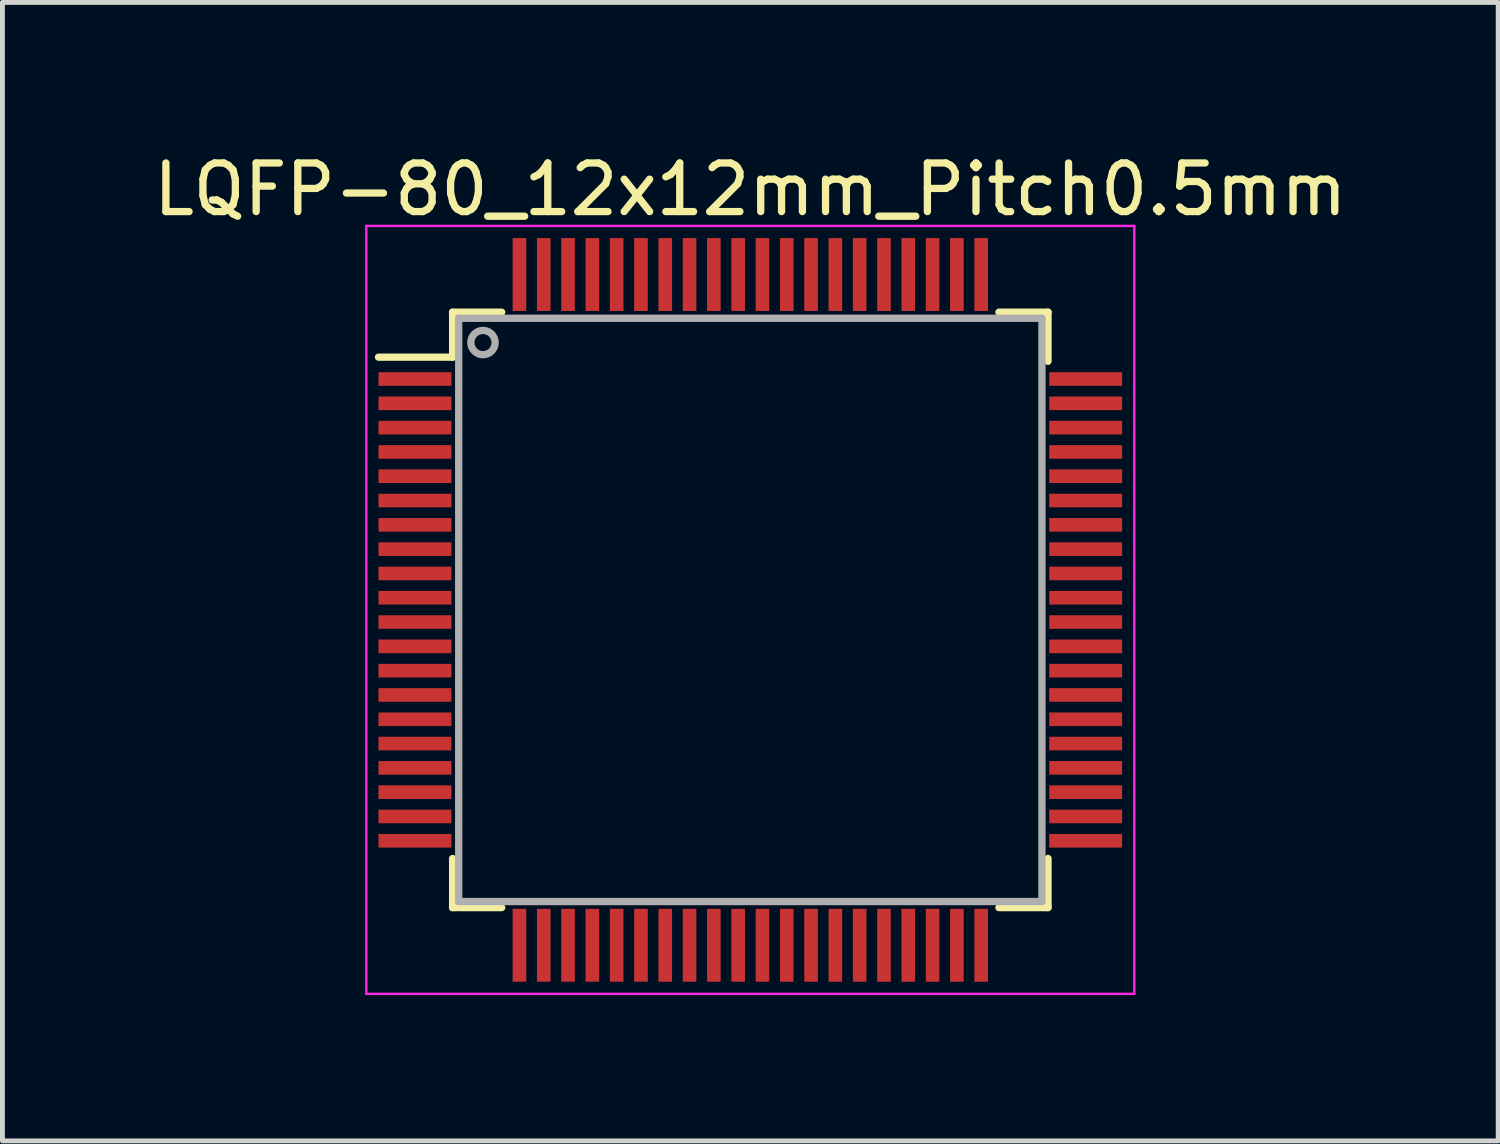
<source format=kicad_pcb>
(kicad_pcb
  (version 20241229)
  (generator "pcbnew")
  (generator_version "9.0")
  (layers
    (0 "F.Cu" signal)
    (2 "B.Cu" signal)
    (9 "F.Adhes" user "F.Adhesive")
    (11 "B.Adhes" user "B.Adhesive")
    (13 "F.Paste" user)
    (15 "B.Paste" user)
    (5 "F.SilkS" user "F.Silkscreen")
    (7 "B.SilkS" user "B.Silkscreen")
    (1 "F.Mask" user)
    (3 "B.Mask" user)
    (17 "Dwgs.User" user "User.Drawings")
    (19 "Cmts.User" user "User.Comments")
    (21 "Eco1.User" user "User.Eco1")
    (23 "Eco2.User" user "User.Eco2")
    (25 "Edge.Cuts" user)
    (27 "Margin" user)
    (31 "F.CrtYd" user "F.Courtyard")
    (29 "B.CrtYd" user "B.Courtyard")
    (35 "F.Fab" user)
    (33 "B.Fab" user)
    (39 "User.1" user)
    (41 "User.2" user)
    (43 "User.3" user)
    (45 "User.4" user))
  (footprint "LQFP-80_12x12mm_Pitch0.5mm"
    (layer "F.Cu")
    (at 12.387 9.498)
    (property "Reference" "LQFP-80_12x12mm_Pitch0.5mm" (at 0 -8.65 0) (layer "F.SilkS") (effects (font (size 1 1) (thickness 0.15))))
    (attr smd)
    (fp_line (start -6.125 -6.125) (end -6.125 -5.2) (stroke (width 0.15) (type solid)) (layer "F.SilkS"))
    (fp_line (start -6.125 -6.125) (end -5.115 -6.125) (stroke (width 0.15) (type solid)) (layer "F.SilkS"))
    (fp_line (start -6.125 -5.2) (end -7.65 -5.2) (stroke (width 0.15) (type solid)) (layer "F.SilkS"))
    (fp_line (start -6.125 6.125) (end -6.125 5.115) (stroke (width 0.15) (type solid)) (layer "F.SilkS"))
    (fp_line (start -6.125 6.125) (end -5.115 6.125) (stroke (width 0.15) (type solid)) (layer "F.SilkS"))
    (fp_line (start 6.125 -6.125) (end 5.115 -6.125) (stroke (width 0.15) (type solid)) (layer "F.SilkS"))
    (fp_line (start 6.125 -6.125) (end 6.125 -5.115) (stroke (width 0.15) (type solid)) (layer "F.SilkS"))
    (fp_line (start 6.125 6.125) (end 5.115 6.125) (stroke (width 0.15) (type solid)) (layer "F.SilkS"))
    (fp_line (start 6.125 6.125) (end 6.125 5.115) (stroke (width 0.15) (type solid)) (layer "F.SilkS"))
    (fp_line (start -7.9 -7.9) (end -7.9 7.9) (stroke (width 0.05) (type solid)) (layer "F.CrtYd"))
    (fp_line (start -7.9 -7.9) (end 7.9 -7.9) (stroke (width 0.05) (type solid)) (layer "F.CrtYd"))
    (fp_line (start -7.9 7.9) (end 7.9 7.9) (stroke (width 0.05) (type solid)) (layer "F.CrtYd"))
    (fp_line (start 7.9 -7.9) (end 7.9 7.9) (stroke (width 0.05) (type solid)) (layer "F.CrtYd"))
    (fp_line (start -6 -6) (end 6 -6) (stroke (width 0.15) (type solid)) (layer "F.Fab"))
    (fp_line (start -6 6) (end -6 -6) (stroke (width 0.15) (type solid)) (layer "F.Fab"))
    (fp_line (start 6 -6) (end 6 6) (stroke (width 0.15) (type solid)) (layer "F.Fab"))
    (fp_line (start 6 6) (end -6 6) (stroke (width 0.15) (type solid)) (layer "F.Fab"))
    (fp_circle (center -5.5 -5.5) (end -5.75 -5.5) (stroke (width 0.15) (type solid)) (fill no) (layer "F.Fab"))
    (pad "1" smd rect (at -6.9 -4.75) (size 1.5 0.28) (layers "F.Cu" "F.Mask" "F.Paste"))
    (pad "2" smd rect (at -6.9 -4.25) (size 1.5 0.28) (layers "F.Cu" "F.Mask" "F.Paste"))
    (pad "3" smd rect (at -6.9 -3.75) (size 1.5 0.28) (layers "F.Cu" "F.Mask" "F.Paste"))
    (pad "4" smd rect (at -6.9 -3.25) (size 1.5 0.28) (layers "F.Cu" "F.Mask" "F.Paste"))
    (pad "5" smd rect (at -6.9 -2.75) (size 1.5 0.28) (layers "F.Cu" "F.Mask" "F.Paste"))
    (pad "6" smd rect (at -6.9 -2.25) (size 1.5 0.28) (layers "F.Cu" "F.Mask" "F.Paste"))
    (pad "7" smd rect (at -6.9 -1.75) (size 1.5 0.28) (layers "F.Cu" "F.Mask" "F.Paste"))
    (pad "8" smd rect (at -6.9 -1.25) (size 1.5 0.28) (layers "F.Cu" "F.Mask" "F.Paste"))
    (pad "9" smd rect (at -6.9 -0.75) (size 1.5 0.28) (layers "F.Cu" "F.Mask" "F.Paste"))
    (pad "10" smd rect (at -6.9 -0.25) (size 1.5 0.28) (layers "F.Cu" "F.Mask" "F.Paste"))
    (pad "11" smd rect (at -6.9 0.25) (size 1.5 0.28) (layers "F.Cu" "F.Mask" "F.Paste"))
    (pad "12" smd rect (at -6.9 0.75) (size 1.5 0.28) (layers "F.Cu" "F.Mask" "F.Paste"))
    (pad "13" smd rect (at -6.9 1.25) (size 1.5 0.28) (layers "F.Cu" "F.Mask" "F.Paste"))
    (pad "14" smd rect (at -6.9 1.75) (size 1.5 0.28) (layers "F.Cu" "F.Mask" "F.Paste"))
    (pad "15" smd rect (at -6.9 2.25) (size 1.5 0.28) (layers "F.Cu" "F.Mask" "F.Paste"))
    (pad "16" smd rect (at -6.9 2.75) (size 1.5 0.28) (layers "F.Cu" "F.Mask" "F.Paste"))
    (pad "17" smd rect (at -6.9 3.25) (size 1.5 0.28) (layers "F.Cu" "F.Mask" "F.Paste"))
    (pad "18" smd rect (at -6.9 3.75) (size 1.5 0.28) (layers "F.Cu" "F.Mask" "F.Paste"))
    (pad "19" smd rect (at -6.9 4.25) (size 1.5 0.28) (layers "F.Cu" "F.Mask" "F.Paste"))
    (pad "20" smd rect (at -6.9 4.75) (size 1.5 0.28) (layers "F.Cu" "F.Mask" "F.Paste"))
    (pad "21" smd rect (at -4.75 6.9 90) (size 1.5 0.28) (layers "F.Cu" "F.Mask" "F.Paste"))
    (pad "22" smd rect (at -4.25 6.9 90) (size 1.5 0.28) (layers "F.Cu" "F.Mask" "F.Paste"))
    (pad "23" smd rect (at -3.75 6.9 90) (size 1.5 0.28) (layers "F.Cu" "F.Mask" "F.Paste"))
    (pad "24" smd rect (at -3.25 6.9 90) (size 1.5 0.28) (layers "F.Cu" "F.Mask" "F.Paste"))
    (pad "25" smd rect (at -2.75 6.9 90) (size 1.5 0.28) (layers "F.Cu" "F.Mask" "F.Paste"))
    (pad "26" smd rect (at -2.25 6.9 90) (size 1.5 0.28) (layers "F.Cu" "F.Mask" "F.Paste"))
    (pad "27" smd rect (at -1.75 6.9 90) (size 1.5 0.28) (layers "F.Cu" "F.Mask" "F.Paste"))
    (pad "28" smd rect (at -1.25 6.9 90) (size 1.5 0.28) (layers "F.Cu" "F.Mask" "F.Paste"))
    (pad "29" smd rect (at -0.75 6.9 90) (size 1.5 0.28) (layers "F.Cu" "F.Mask" "F.Paste"))
    (pad "30" smd rect (at -0.25 6.9 90) (size 1.5 0.28) (layers "F.Cu" "F.Mask" "F.Paste"))
    (pad "31" smd rect (at 0.25 6.9 90) (size 1.5 0.28) (layers "F.Cu" "F.Mask" "F.Paste"))
    (pad "32" smd rect (at 0.75 6.9 90) (size 1.5 0.28) (layers "F.Cu" "F.Mask" "F.Paste"))
    (pad "33" smd rect (at 1.25 6.9 90) (size 1.5 0.28) (layers "F.Cu" "F.Mask" "F.Paste"))
    (pad "34" smd rect (at 1.75 6.9 90) (size 1.5 0.28) (layers "F.Cu" "F.Mask" "F.Paste"))
    (pad "35" smd rect (at 2.25 6.9 90) (size 1.5 0.28) (layers "F.Cu" "F.Mask" "F.Paste"))
    (pad "36" smd rect (at 2.75 6.9 90) (size 1.5 0.28) (layers "F.Cu" "F.Mask" "F.Paste"))
    (pad "37" smd rect (at 3.25 6.9 90) (size 1.5 0.28) (layers "F.Cu" "F.Mask" "F.Paste"))
    (pad "38" smd rect (at 3.75 6.9 90) (size 1.5 0.28) (layers "F.Cu" "F.Mask" "F.Paste"))
    (pad "39" smd rect (at 4.25 6.9 90) (size 1.5 0.28) (layers "F.Cu" "F.Mask" "F.Paste"))
    (pad "40" smd rect (at 4.75 6.9 90) (size 1.5 0.28) (layers "F.Cu" "F.Mask" "F.Paste"))
    (pad "41" smd rect (at 6.9 4.75) (size 1.5 0.28) (layers "F.Cu" "F.Mask" "F.Paste"))
    (pad "42" smd rect (at 6.9 4.25) (size 1.5 0.28) (layers "F.Cu" "F.Mask" "F.Paste"))
    (pad "43" smd rect (at 6.9 3.75) (size 1.5 0.28) (layers "F.Cu" "F.Mask" "F.Paste"))
    (pad "44" smd rect (at 6.9 3.25) (size 1.5 0.28) (layers "F.Cu" "F.Mask" "F.Paste"))
    (pad "45" smd rect (at 6.9 2.75) (size 1.5 0.28) (layers "F.Cu" "F.Mask" "F.Paste"))
    (pad "46" smd rect (at 6.9 2.25) (size 1.5 0.28) (layers "F.Cu" "F.Mask" "F.Paste"))
    (pad "47" smd rect (at 6.9 1.75) (size 1.5 0.28) (layers "F.Cu" "F.Mask" "F.Paste"))
    (pad "48" smd rect (at 6.9 1.25) (size 1.5 0.28) (layers "F.Cu" "F.Mask" "F.Paste"))
    (pad "49" smd rect (at 6.9 0.75) (size 1.5 0.28) (layers "F.Cu" "F.Mask" "F.Paste"))
    (pad "50" smd rect (at 6.9 0.25) (size 1.5 0.28) (layers "F.Cu" "F.Mask" "F.Paste"))
    (pad "51" smd rect (at 6.9 -0.25) (size 1.5 0.28) (layers "F.Cu" "F.Mask" "F.Paste"))
    (pad "52" smd rect (at 6.9 -0.75) (size 1.5 0.28) (layers "F.Cu" "F.Mask" "F.Paste"))
    (pad "53" smd rect (at 6.9 -1.25) (size 1.5 0.28) (layers "F.Cu" "F.Mask" "F.Paste"))
    (pad "54" smd rect (at 6.9 -1.75) (size 1.5 0.28) (layers "F.Cu" "F.Mask" "F.Paste"))
    (pad "55" smd rect (at 6.9 -2.25) (size 1.5 0.28) (layers "F.Cu" "F.Mask" "F.Paste"))
    (pad "56" smd rect (at 6.9 -2.75) (size 1.5 0.28) (layers "F.Cu" "F.Mask" "F.Paste"))
    (pad "57" smd rect (at 6.9 -3.25) (size 1.5 0.28) (layers "F.Cu" "F.Mask" "F.Paste"))
    (pad "58" smd rect (at 6.9 -3.75) (size 1.5 0.28) (layers "F.Cu" "F.Mask" "F.Paste"))
    (pad "59" smd rect (at 6.9 -4.25) (size 1.5 0.28) (layers "F.Cu" "F.Mask" "F.Paste"))
    (pad "60" smd rect (at 6.9 -4.75) (size 1.5 0.28) (layers "F.Cu" "F.Mask" "F.Paste"))
    (pad "61" smd rect (at 4.75 -6.9 90) (size 1.5 0.28) (layers "F.Cu" "F.Mask" "F.Paste"))
    (pad "62" smd rect (at 4.25 -6.9 90) (size 1.5 0.28) (layers "F.Cu" "F.Mask" "F.Paste"))
    (pad "63" smd rect (at 3.75 -6.9 90) (size 1.5 0.28) (layers "F.Cu" "F.Mask" "F.Paste"))
    (pad "64" smd rect (at 3.25 -6.9 90) (size 1.5 0.28) (layers "F.Cu" "F.Mask" "F.Paste"))
    (pad "65" smd rect (at 2.75 -6.9 90) (size 1.5 0.28) (layers "F.Cu" "F.Mask" "F.Paste"))
    (pad "66" smd rect (at 2.25 -6.9 90) (size 1.5 0.28) (layers "F.Cu" "F.Mask" "F.Paste"))
    (pad "67" smd rect (at 1.75 -6.9 90) (size 1.5 0.28) (layers "F.Cu" "F.Mask" "F.Paste"))
    (pad "68" smd rect (at 1.25 -6.9 90) (size 1.5 0.28) (layers "F.Cu" "F.Mask" "F.Paste"))
    (pad "69" smd rect (at 0.75 -6.9 90) (size 1.5 0.28) (layers "F.Cu" "F.Mask" "F.Paste"))
    (pad "70" smd rect (at 0.25 -6.9 90) (size 1.5 0.28) (layers "F.Cu" "F.Mask" "F.Paste"))
    (pad "71" smd rect (at -0.25 -6.9 90) (size 1.5 0.28) (layers "F.Cu" "F.Mask" "F.Paste"))
    (pad "72" smd rect (at -0.75 -6.9 90) (size 1.5 0.28) (layers "F.Cu" "F.Mask" "F.Paste"))
    (pad "73" smd rect (at -1.25 -6.9 90) (size 1.5 0.28) (layers "F.Cu" "F.Mask" "F.Paste"))
    (pad "74" smd rect (at -1.75 -6.9 90) (size 1.5 0.28) (layers "F.Cu" "F.Mask" "F.Paste"))
    (pad "75" smd rect (at -2.25 -6.9 90) (size 1.5 0.28) (layers "F.Cu" "F.Mask" "F.Paste"))
    (pad "76" smd rect (at -2.75 -6.9 90) (size 1.5 0.28) (layers "F.Cu" "F.Mask" "F.Paste"))
    (pad "77" smd rect (at -3.25 -6.9 90) (size 1.5 0.28) (layers "F.Cu" "F.Mask" "F.Paste"))
    (pad "78" smd rect (at -3.75 -6.9 90) (size 1.5 0.28) (layers "F.Cu" "F.Mask" "F.Paste"))
    (pad "79" smd rect (at -4.25 -6.9 90) (size 1.5 0.28) (layers "F.Cu" "F.Mask" "F.Paste"))
    (pad "80" smd rect (at -4.75 -6.9 90) (size 1.5 0.28) (layers "F.Cu" "F.Mask" "F.Paste")))
  (gr_rect
    (start -3 -3)
    (end 27.774 20.423)
    (stroke (width 0.1) (type default))
    (fill no)
    (layer "Edge.Cuts")))
</source>
